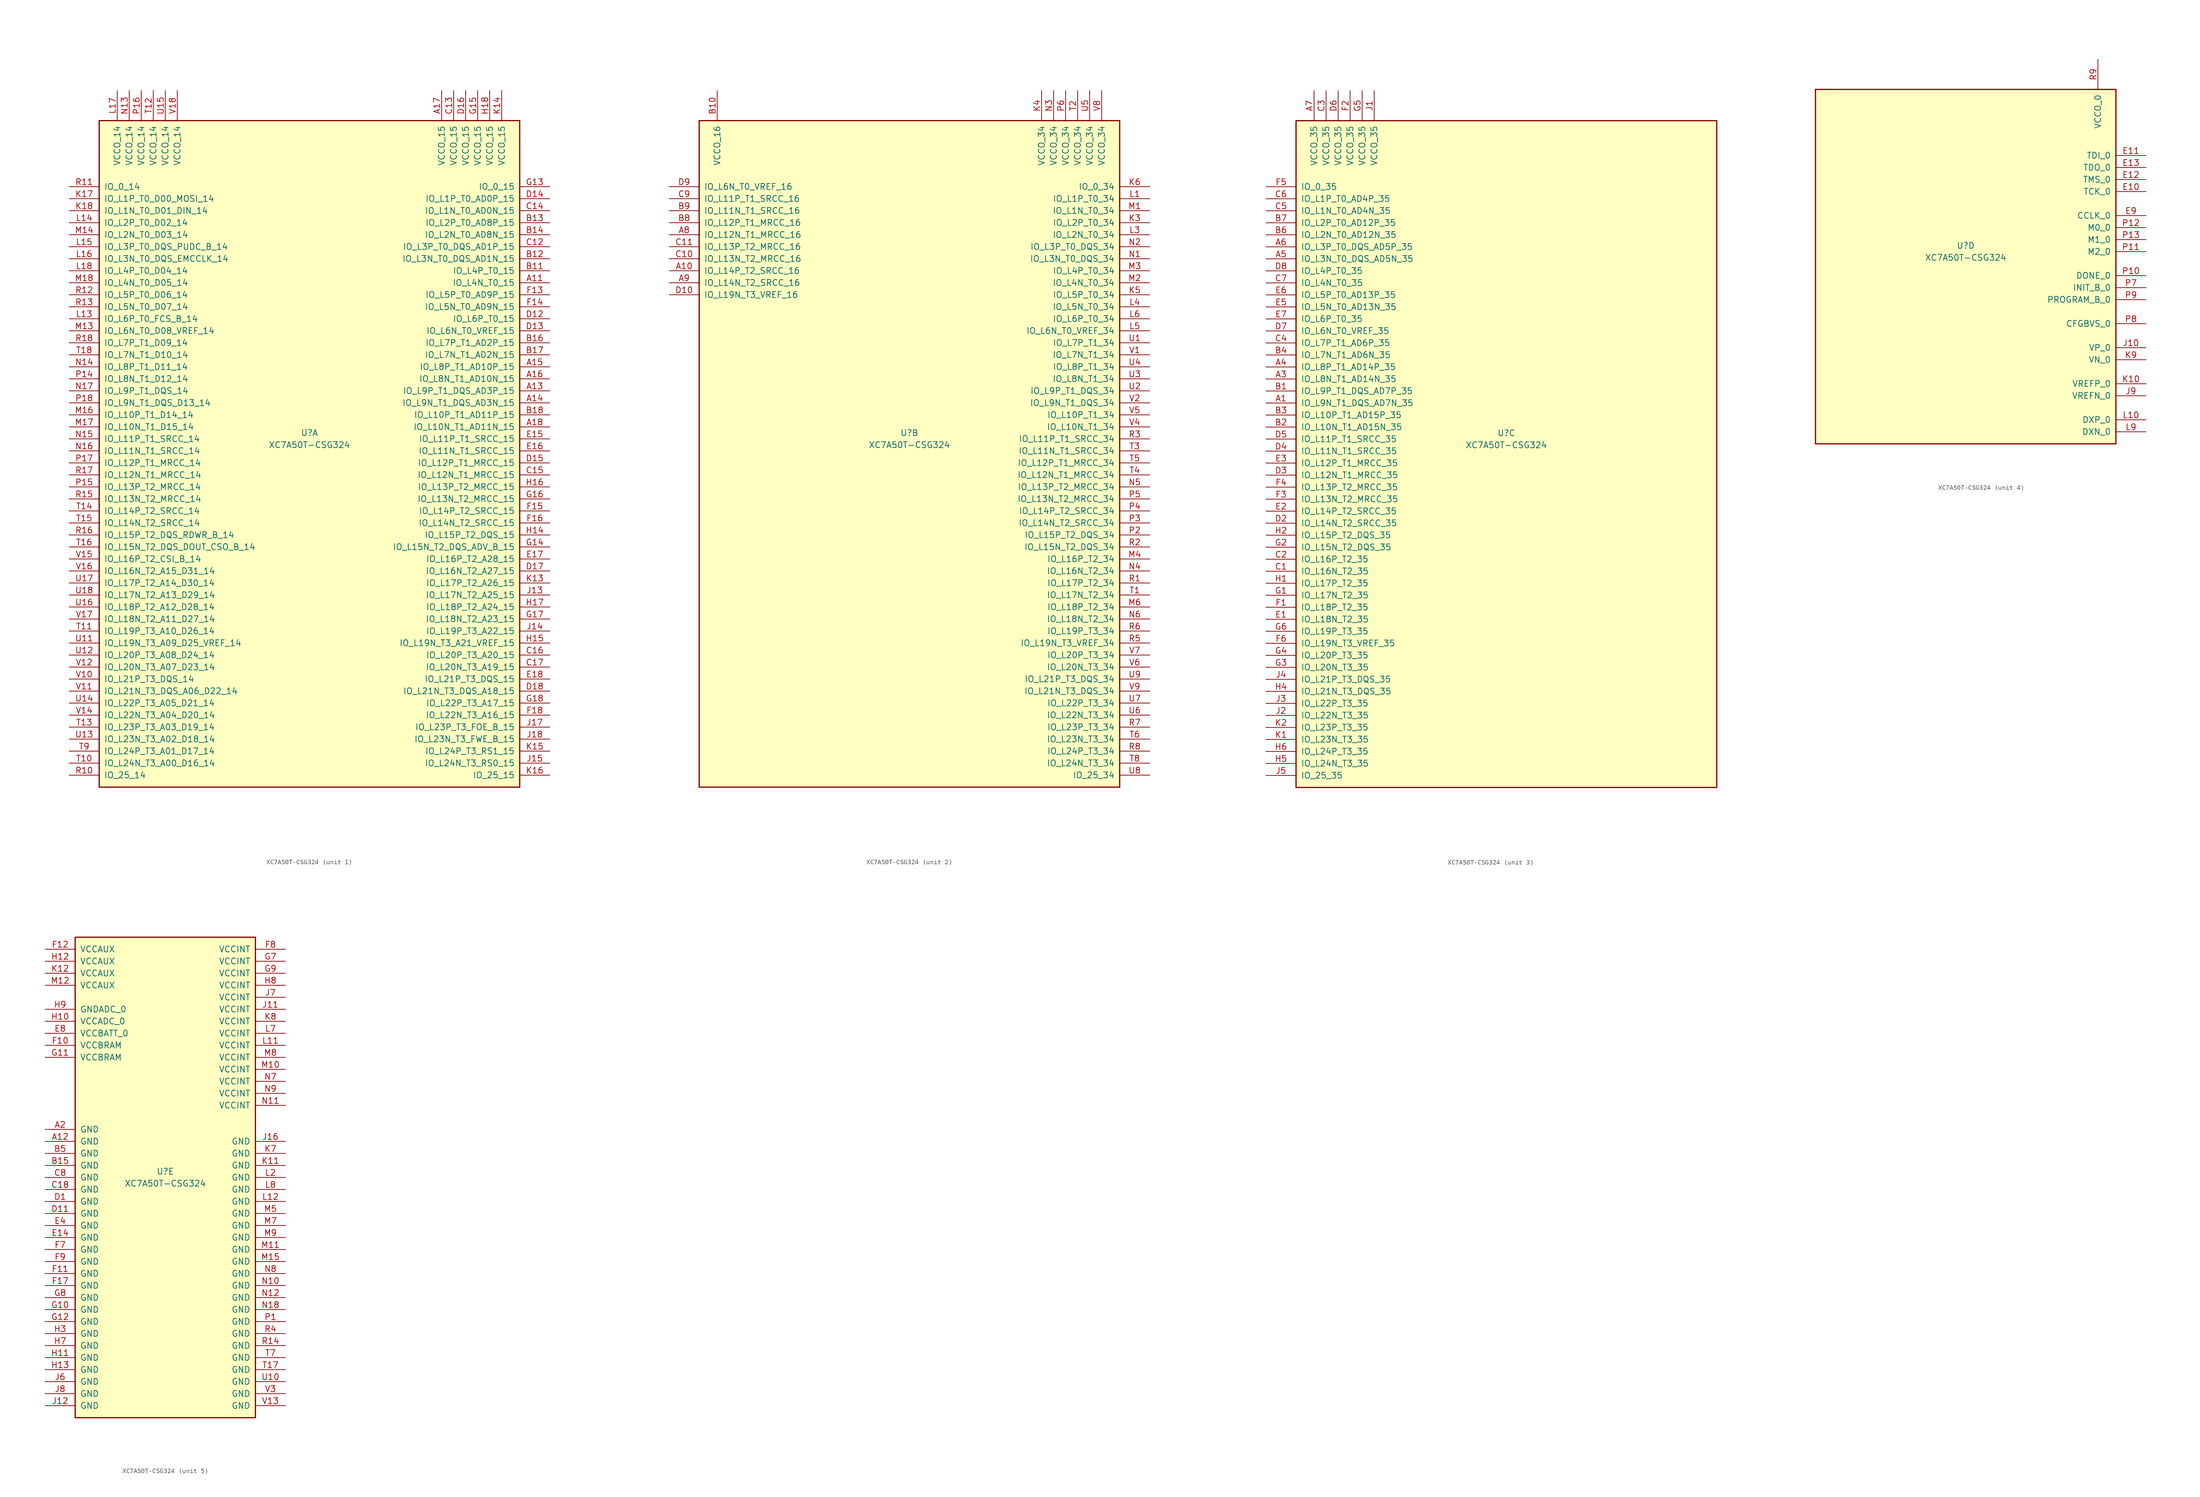
<source format=kicad_sym>
(kicad_symbol_lib
  (version 20241209)
  (generator "kicad_symbol_editor")
  (generator_version "9.0")
  (symbol "XC7A50T-CSG324"
    (pin_names
      (offset 1.016))
    (property "Reference" "U"
      (at 0 1.27 0)
      (effects (font (size 1.27 1.27))))
    (property "Value" "XC7A50T-CSG324"
      (at 0 -1.27 0)
      (effects (font (size 1.27 1.27))))
    (property "Datasheet" ""
      (at 0 0 0)
      (effects (font (size 1.27 1.27))))
    (property "ki_locked" ""
      (at 0 0 0)
      (effects (font (size 1.27 1.27))))
    (symbol "XC7A50T-CSG324_1_1"
      (rectangle (start -44.45 67.31) (end 44.45 -73.66) (stroke (width 0.254) (type default)) (fill (type background)))
      (pin bidirectional line (at -50.8 53.34 0) (length 6.35) (name "IO_0_14" (effects (font (size 1.27 1.27)))) (number "R11" (effects (font (size 1.27 1.27)))))
      (pin bidirectional line (at -50.8 50.8 0) (length 6.35) (name "IO_L1P_T0_D00_MOSI_14" (effects (font (size 1.27 1.27)))) (number "K17" (effects (font (size 1.27 1.27)))))
      (pin bidirectional line (at -50.8 48.26 0) (length 6.35) (name "IO_L1N_T0_D01_DIN_14" (effects (font (size 1.27 1.27)))) (number "K18" (effects (font (size 1.27 1.27)))))
      (pin bidirectional line (at -50.8 45.72 0) (length 6.35) (name "IO_L2P_T0_D02_14" (effects (font (size 1.27 1.27)))) (number "L14" (effects (font (size 1.27 1.27)))))
      (pin bidirectional line (at -50.8 43.18 0) (length 6.35) (name "IO_L2N_T0_D03_14" (effects (font (size 1.27 1.27)))) (number "M14" (effects (font (size 1.27 1.27)))))
      (pin bidirectional line (at -50.8 40.64 0) (length 6.35) (name "IO_L3P_T0_DQS_PUDC_B_14" (effects (font (size 1.27 1.27)))) (number "L15" (effects (font (size 1.27 1.27)))))
      (pin bidirectional line (at -50.8 38.1 0) (length 6.35) (name "IO_L3N_T0_DQS_EMCCLK_14" (effects (font (size 1.27 1.27)))) (number "L16" (effects (font (size 1.27 1.27)))))
      (pin bidirectional line (at -50.8 35.56 0) (length 6.35) (name "IO_L4P_T0_D04_14" (effects (font (size 1.27 1.27)))) (number "L18" (effects (font (size 1.27 1.27)))))
      (pin bidirectional line (at -50.8 33.02 0) (length 6.35) (name "IO_L4N_T0_D05_14" (effects (font (size 1.27 1.27)))) (number "M18" (effects (font (size 1.27 1.27)))))
      (pin bidirectional line (at -50.8 30.48 0) (length 6.35) (name "IO_L5P_T0_D06_14" (effects (font (size 1.27 1.27)))) (number "R12" (effects (font (size 1.27 1.27)))))
      (pin bidirectional line (at -50.8 27.94 0) (length 6.35) (name "IO_L5N_T0_D07_14" (effects (font (size 1.27 1.27)))) (number "R13" (effects (font (size 1.27 1.27)))))
      (pin bidirectional line (at -50.8 25.4 0) (length 6.35) (name "IO_L6P_T0_FCS_B_14" (effects (font (size 1.27 1.27)))) (number "L13" (effects (font (size 1.27 1.27)))))
      (pin bidirectional line (at -50.8 22.86 0) (length 6.35) (name "IO_L6N_T0_D08_VREF_14" (effects (font (size 1.27 1.27)))) (number "M13" (effects (font (size 1.27 1.27)))))
      (pin bidirectional line (at -50.8 20.32 0) (length 6.35) (name "IO_L7P_T1_D09_14" (effects (font (size 1.27 1.27)))) (number "R18" (effects (font (size 1.27 1.27)))))
      (pin bidirectional line (at -50.8 17.78 0) (length 6.35) (name "IO_L7N_T1_D10_14" (effects (font (size 1.27 1.27)))) (number "T18" (effects (font (size 1.27 1.27)))))
      (pin bidirectional line (at -50.8 15.24 0) (length 6.35) (name "IO_L8P_T1_D11_14" (effects (font (size 1.27 1.27)))) (number "N14" (effects (font (size 1.27 1.27)))))
      (pin bidirectional line (at -50.8 12.7 0) (length 6.35) (name "IO_L8N_T1_D12_14" (effects (font (size 1.27 1.27)))) (number "P14" (effects (font (size 1.27 1.27)))))
      (pin bidirectional line (at -50.8 10.16 0) (length 6.35) (name "IO_L9P_T1_DQS_14" (effects (font (size 1.27 1.27)))) (number "N17" (effects (font (size 1.27 1.27)))))
      (pin bidirectional line (at -50.8 7.62 0) (length 6.35) (name "IO_L9N_T1_DQS_D13_14" (effects (font (size 1.27 1.27)))) (number "P18" (effects (font (size 1.27 1.27)))))
      (pin bidirectional line (at -50.8 5.08 0) (length 6.35) (name "IO_L10P_T1_D14_14" (effects (font (size 1.27 1.27)))) (number "M16" (effects (font (size 1.27 1.27)))))
      (pin bidirectional line (at -50.8 2.54 0) (length 6.35) (name "IO_L10N_T1_D15_14" (effects (font (size 1.27 1.27)))) (number "M17" (effects (font (size 1.27 1.27)))))
      (pin bidirectional line (at -50.8 0 0) (length 6.35) (name "IO_L11P_T1_SRCC_14" (effects (font (size 1.27 1.27)))) (number "N15" (effects (font (size 1.27 1.27)))))
      (pin bidirectional line (at -50.8 -2.54 0) (length 6.35) (name "IO_L11N_T1_SRCC_14" (effects (font (size 1.27 1.27)))) (number "N16" (effects (font (size 1.27 1.27)))))
      (pin bidirectional line (at -50.8 -5.08 0) (length 6.35) (name "IO_L12P_T1_MRCC_14" (effects (font (size 1.27 1.27)))) (number "P17" (effects (font (size 1.27 1.27)))))
      (pin bidirectional line (at -50.8 -7.62 0) (length 6.35) (name "IO_L12N_T1_MRCC_14" (effects (font (size 1.27 1.27)))) (number "R17" (effects (font (size 1.27 1.27)))))
      (pin bidirectional line (at -50.8 -10.16 0) (length 6.35) (name "IO_L13P_T2_MRCC_14" (effects (font (size 1.27 1.27)))) (number "P15" (effects (font (size 1.27 1.27)))))
      (pin bidirectional line (at -50.8 -12.7 0) (length 6.35) (name "IO_L13N_T2_MRCC_14" (effects (font (size 1.27 1.27)))) (number "R15" (effects (font (size 1.27 1.27)))))
      (pin bidirectional line (at -50.8 -15.24 0) (length 6.35) (name "IO_L14P_T2_SRCC_14" (effects (font (size 1.27 1.27)))) (number "T14" (effects (font (size 1.27 1.27)))))
      (pin bidirectional line (at -50.8 -17.78 0) (length 6.35) (name "IO_L14N_T2_SRCC_14" (effects (font (size 1.27 1.27)))) (number "T15" (effects (font (size 1.27 1.27)))))
      (pin bidirectional line (at -50.8 -20.32 0) (length 6.35) (name "IO_L15P_T2_DQS_RDWR_B_14" (effects (font (size 1.27 1.27)))) (number "R16" (effects (font (size 1.27 1.27)))))
      (pin bidirectional line (at -50.8 -22.86 0) (length 6.35) (name "IO_L15N_T2_DQS_DOUT_CSO_B_14" (effects (font (size 1.27 1.27)))) (number "T16" (effects (font (size 1.27 1.27)))))
      (pin bidirectional line (at -50.8 -25.4 0) (length 6.35) (name "IO_L16P_T2_CSI_B_14" (effects (font (size 1.27 1.27)))) (number "V15" (effects (font (size 1.27 1.27)))))
      (pin bidirectional line (at -50.8 -27.94 0) (length 6.35) (name "IO_L16N_T2_A15_D31_14" (effects (font (size 1.27 1.27)))) (number "V16" (effects (font (size 1.27 1.27)))))
      (pin bidirectional line (at -50.8 -30.48 0) (length 6.35) (name "IO_L17P_T2_A14_D30_14" (effects (font (size 1.27 1.27)))) (number "U17" (effects (font (size 1.27 1.27)))))
      (pin bidirectional line (at -50.8 -33.02 0) (length 6.35) (name "IO_L17N_T2_A13_D29_14" (effects (font (size 1.27 1.27)))) (number "U18" (effects (font (size 1.27 1.27)))))
      (pin bidirectional line (at -50.8 -35.56 0) (length 6.35) (name "IO_L18P_T2_A12_D28_14" (effects (font (size 1.27 1.27)))) (number "U16" (effects (font (size 1.27 1.27)))))
      (pin bidirectional line (at -50.8 -38.1 0) (length 6.35) (name "IO_L18N_T2_A11_D27_14" (effects (font (size 1.27 1.27)))) (number "V17" (effects (font (size 1.27 1.27)))))
      (pin bidirectional line (at -50.8 -40.64 0) (length 6.35) (name "IO_L19P_T3_A10_D26_14" (effects (font (size 1.27 1.27)))) (number "T11" (effects (font (size 1.27 1.27)))))
      (pin bidirectional line (at -50.8 -43.18 0) (length 6.35) (name "IO_L19N_T3_A09_D25_VREF_14" (effects (font (size 1.27 1.27)))) (number "U11" (effects (font (size 1.27 1.27)))))
      (pin bidirectional line (at -50.8 -45.72 0) (length 6.35) (name "IO_L20P_T3_A08_D24_14" (effects (font (size 1.27 1.27)))) (number "U12" (effects (font (size 1.27 1.27)))))
      (pin bidirectional line (at -50.8 -48.26 0) (length 6.35) (name "IO_L20N_T3_A07_D23_14" (effects (font (size 1.27 1.27)))) (number "V12" (effects (font (size 1.27 1.27)))))
      (pin bidirectional line (at -50.8 -50.8 0) (length 6.35) (name "IO_L21P_T3_DQS_14" (effects (font (size 1.27 1.27)))) (number "V10" (effects (font (size 1.27 1.27)))))
      (pin bidirectional line (at -50.8 -53.34 0) (length 6.35) (name "IO_L21N_T3_DQS_A06_D22_14" (effects (font (size 1.27 1.27)))) (number "V11" (effects (font (size 1.27 1.27)))))
      (pin bidirectional line (at -50.8 -55.88 0) (length 6.35) (name "IO_L22P_T3_A05_D21_14" (effects (font (size 1.27 1.27)))) (number "U14" (effects (font (size 1.27 1.27)))))
      (pin bidirectional line (at -50.8 -58.42 0) (length 6.35) (name "IO_L22N_T3_A04_D20_14" (effects (font (size 1.27 1.27)))) (number "V14" (effects (font (size 1.27 1.27)))))
      (pin bidirectional line (at -50.8 -60.96 0) (length 6.35) (name "IO_L23P_T3_A03_D19_14" (effects (font (size 1.27 1.27)))) (number "T13" (effects (font (size 1.27 1.27)))))
      (pin bidirectional line (at -50.8 -63.5 0) (length 6.35) (name "IO_L23N_T3_A02_D18_14" (effects (font (size 1.27 1.27)))) (number "U13" (effects (font (size 1.27 1.27)))))
      (pin bidirectional line (at -50.8 -66.04 0) (length 6.35) (name "IO_L24P_T3_A01_D17_14" (effects (font (size 1.27 1.27)))) (number "T9" (effects (font (size 1.27 1.27)))))
      (pin bidirectional line (at -50.8 -68.58 0) (length 6.35) (name "IO_L24N_T3_A00_D16_14" (effects (font (size 1.27 1.27)))) (number "T10" (effects (font (size 1.27 1.27)))))
      (pin bidirectional line (at -50.8 -71.12 0) (length 6.35) (name "IO_25_14" (effects (font (size 1.27 1.27)))) (number "R10" (effects (font (size 1.27 1.27)))))
      (pin power_in line (at -40.64 73.66 270) (length 6.35) (name "VCCO_14" (effects (font (size 1.27 1.27)))) (number "L17" (effects (font (size 1.27 1.27)))))
      (pin power_in line (at -38.1 73.66 270) (length 6.35) (name "VCCO_14" (effects (font (size 1.27 1.27)))) (number "N13" (effects (font (size 1.27 1.27)))))
      (pin power_in line (at -35.56 73.66 270) (length 6.35) (name "VCCO_14" (effects (font (size 1.27 1.27)))) (number "P16" (effects (font (size 1.27 1.27)))))
      (pin power_in line (at -33.02 73.66 270) (length 6.35) (name "VCCO_14" (effects (font (size 1.27 1.27)))) (number "T12" (effects (font (size 1.27 1.27)))))
      (pin power_in line (at -30.48 73.66 270) (length 6.35) (name "VCCO_14" (effects (font (size 1.27 1.27)))) (number "U15" (effects (font (size 1.27 1.27)))))
      (pin power_in line (at -27.94 73.66 270) (length 6.35) (name "VCCO_14" (effects (font (size 1.27 1.27)))) (number "V18" (effects (font (size 1.27 1.27)))))
      (pin power_in line (at 27.94 73.66 270) (length 6.35) (name "VCCO_15" (effects (font (size 1.27 1.27)))) (number "A17" (effects (font (size 1.27 1.27)))))
      (pin power_in line (at 30.48 73.66 270) (length 6.35) (name "VCCO_15" (effects (font (size 1.27 1.27)))) (number "C13" (effects (font (size 1.27 1.27)))))
      (pin power_in line (at 33.02 73.66 270) (length 6.35) (name "VCCO_15" (effects (font (size 1.27 1.27)))) (number "D16" (effects (font (size 1.27 1.27)))))
      (pin power_in line (at 35.56 73.66 270) (length 6.35) (name "VCCO_15" (effects (font (size 1.27 1.27)))) (number "G15" (effects (font (size 1.27 1.27)))))
      (pin power_in line (at 38.1 73.66 270) (length 6.35) (name "VCCO_15" (effects (font (size 1.27 1.27)))) (number "H18" (effects (font (size 1.27 1.27)))))
      (pin power_in line (at 40.64 73.66 270) (length 6.35) (name "VCCO_15" (effects (font (size 1.27 1.27)))) (number "K14" (effects (font (size 1.27 1.27)))))
      (pin bidirectional line (at 50.8 53.34 180) (length 6.35) (name "IO_0_15" (effects (font (size 1.27 1.27)))) (number "G13" (effects (font (size 1.27 1.27)))))
      (pin bidirectional line (at 50.8 50.8 180) (length 6.35) (name "IO_L1P_T0_AD0P_15" (effects (font (size 1.27 1.27)))) (number "D14" (effects (font (size 1.27 1.27)))))
      (pin bidirectional line (at 50.8 48.26 180) (length 6.35) (name "IO_L1N_T0_AD0N_15" (effects (font (size 1.27 1.27)))) (number "C14" (effects (font (size 1.27 1.27)))))
      (pin bidirectional line (at 50.8 45.72 180) (length 6.35) (name "IO_L2P_T0_AD8P_15" (effects (font (size 1.27 1.27)))) (number "B13" (effects (font (size 1.27 1.27)))))
      (pin bidirectional line (at 50.8 43.18 180) (length 6.35) (name "IO_L2N_T0_AD8N_15" (effects (font (size 1.27 1.27)))) (number "B14" (effects (font (size 1.27 1.27)))))
      (pin bidirectional line (at 50.8 40.64 180) (length 6.35) (name "IO_L3P_T0_DQS_AD1P_15" (effects (font (size 1.27 1.27)))) (number "C12" (effects (font (size 1.27 1.27)))))
      (pin bidirectional line (at 50.8 38.1 180) (length 6.35) (name "IO_L3N_T0_DQS_AD1N_15" (effects (font (size 1.27 1.27)))) (number "B12" (effects (font (size 1.27 1.27)))))
      (pin bidirectional line (at 50.8 35.56 180) (length 6.35) (name "IO_L4P_T0_15" (effects (font (size 1.27 1.27)))) (number "B11" (effects (font (size 1.27 1.27)))))
      (pin bidirectional line (at 50.8 33.02 180) (length 6.35) (name "IO_L4N_T0_15" (effects (font (size 1.27 1.27)))) (number "A11" (effects (font (size 1.27 1.27)))))
      (pin bidirectional line (at 50.8 30.48 180) (length 6.35) (name "IO_L5P_T0_AD9P_15" (effects (font (size 1.27 1.27)))) (number "F13" (effects (font (size 1.27 1.27)))))
      (pin bidirectional line (at 50.8 27.94 180) (length 6.35) (name "IO_L5N_T0_AD9N_15" (effects (font (size 1.27 1.27)))) (number "F14" (effects (font (size 1.27 1.27)))))
      (pin bidirectional line (at 50.8 25.4 180) (length 6.35) (name "IO_L6P_T0_15" (effects (font (size 1.27 1.27)))) (number "D12" (effects (font (size 1.27 1.27)))))
      (pin bidirectional line (at 50.8 22.86 180) (length 6.35) (name "IO_L6N_T0_VREF_15" (effects (font (size 1.27 1.27)))) (number "D13" (effects (font (size 1.27 1.27)))))
      (pin bidirectional line (at 50.8 20.32 180) (length 6.35) (name "IO_L7P_T1_AD2P_15" (effects (font (size 1.27 1.27)))) (number "B16" (effects (font (size 1.27 1.27)))))
      (pin bidirectional line (at 50.8 17.78 180) (length 6.35) (name "IO_L7N_T1_AD2N_15" (effects (font (size 1.27 1.27)))) (number "B17" (effects (font (size 1.27 1.27)))))
      (pin bidirectional line (at 50.8 15.24 180) (length 6.35) (name "IO_L8P_T1_AD10P_15" (effects (font (size 1.27 1.27)))) (number "A15" (effects (font (size 1.27 1.27)))))
      (pin bidirectional line (at 50.8 12.7 180) (length 6.35) (name "IO_L8N_T1_AD10N_15" (effects (font (size 1.27 1.27)))) (number "A16" (effects (font (size 1.27 1.27)))))
      (pin bidirectional line (at 50.8 10.16 180) (length 6.35) (name "IO_L9P_T1_DQS_AD3P_15" (effects (font (size 1.27 1.27)))) (number "A13" (effects (font (size 1.27 1.27)))))
      (pin bidirectional line (at 50.8 7.62 180) (length 6.35) (name "IO_L9N_T1_DQS_AD3N_15" (effects (font (size 1.27 1.27)))) (number "A14" (effects (font (size 1.27 1.27)))))
      (pin bidirectional line (at 50.8 5.08 180) (length 6.35) (name "IO_L10P_T1_AD11P_15" (effects (font (size 1.27 1.27)))) (number "B18" (effects (font (size 1.27 1.27)))))
      (pin bidirectional line (at 50.8 2.54 180) (length 6.35) (name "IO_L10N_T1_AD11N_15" (effects (font (size 1.27 1.27)))) (number "A18" (effects (font (size 1.27 1.27)))))
      (pin bidirectional line (at 50.8 0 180) (length 6.35) (name "IO_L11P_T1_SRCC_15" (effects (font (size 1.27 1.27)))) (number "E15" (effects (font (size 1.27 1.27)))))
      (pin bidirectional line (at 50.8 -2.54 180) (length 6.35) (name "IO_L11N_T1_SRCC_15" (effects (font (size 1.27 1.27)))) (number "E16" (effects (font (size 1.27 1.27)))))
      (pin bidirectional line (at 50.8 -5.08 180) (length 6.35) (name "IO_L12P_T1_MRCC_15" (effects (font (size 1.27 1.27)))) (number "D15" (effects (font (size 1.27 1.27)))))
      (pin bidirectional line (at 50.8 -7.62 180) (length 6.35) (name "IO_L12N_T1_MRCC_15" (effects (font (size 1.27 1.27)))) (number "C15" (effects (font (size 1.27 1.27)))))
      (pin bidirectional line (at 50.8 -10.16 180) (length 6.35) (name "IO_L13P_T2_MRCC_15" (effects (font (size 1.27 1.27)))) (number "H16" (effects (font (size 1.27 1.27)))))
      (pin bidirectional line (at 50.8 -12.7 180) (length 6.35) (name "IO_L13N_T2_MRCC_15" (effects (font (size 1.27 1.27)))) (number "G16" (effects (font (size 1.27 1.27)))))
      (pin bidirectional line (at 50.8 -15.24 180) (length 6.35) (name "IO_L14P_T2_SRCC_15" (effects (font (size 1.27 1.27)))) (number "F15" (effects (font (size 1.27 1.27)))))
      (pin bidirectional line (at 50.8 -17.78 180) (length 6.35) (name "IO_L14N_T2_SRCC_15" (effects (font (size 1.27 1.27)))) (number "F16" (effects (font (size 1.27 1.27)))))
      (pin bidirectional line (at 50.8 -20.32 180) (length 6.35) (name "IO_L15P_T2_DQS_15" (effects (font (size 1.27 1.27)))) (number "H14" (effects (font (size 1.27 1.27)))))
      (pin bidirectional line (at 50.8 -22.86 180) (length 6.35) (name "IO_L15N_T2_DQS_ADV_B_15" (effects (font (size 1.27 1.27)))) (number "G14" (effects (font (size 1.27 1.27)))))
      (pin bidirectional line (at 50.8 -25.4 180) (length 6.35) (name "IO_L16P_T2_A28_15" (effects (font (size 1.27 1.27)))) (number "E17" (effects (font (size 1.27 1.27)))))
      (pin bidirectional line (at 50.8 -27.94 180) (length 6.35) (name "IO_L16N_T2_A27_15" (effects (font (size 1.27 1.27)))) (number "D17" (effects (font (size 1.27 1.27)))))
      (pin bidirectional line (at 50.8 -30.48 180) (length 6.35) (name "IO_L17P_T2_A26_15" (effects (font (size 1.27 1.27)))) (number "K13" (effects (font (size 1.27 1.27)))))
      (pin bidirectional line (at 50.8 -33.02 180) (length 6.35) (name "IO_L17N_T2_A25_15" (effects (font (size 1.27 1.27)))) (number "J13" (effects (font (size 1.27 1.27)))))
      (pin bidirectional line (at 50.8 -35.56 180) (length 6.35) (name "IO_L18P_T2_A24_15" (effects (font (size 1.27 1.27)))) (number "H17" (effects (font (size 1.27 1.27)))))
      (pin bidirectional line (at 50.8 -38.1 180) (length 6.35) (name "IO_L18N_T2_A23_15" (effects (font (size 1.27 1.27)))) (number "G17" (effects (font (size 1.27 1.27)))))
      (pin bidirectional line (at 50.8 -40.64 180) (length 6.35) (name "IO_L19P_T3_A22_15" (effects (font (size 1.27 1.27)))) (number "J14" (effects (font (size 1.27 1.27)))))
      (pin bidirectional line (at 50.8 -43.18 180) (length 6.35) (name "IO_L19N_T3_A21_VREF_15" (effects (font (size 1.27 1.27)))) (number "H15" (effects (font (size 1.27 1.27)))))
      (pin bidirectional line (at 50.8 -45.72 180) (length 6.35) (name "IO_L20P_T3_A20_15" (effects (font (size 1.27 1.27)))) (number "C16" (effects (font (size 1.27 1.27)))))
      (pin bidirectional line (at 50.8 -48.26 180) (length 6.35) (name "IO_L20N_T3_A19_15" (effects (font (size 1.27 1.27)))) (number "C17" (effects (font (size 1.27 1.27)))))
      (pin bidirectional line (at 50.8 -50.8 180) (length 6.35) (name "IO_L21P_T3_DQS_15" (effects (font (size 1.27 1.27)))) (number "E18" (effects (font (size 1.27 1.27)))))
      (pin bidirectional line (at 50.8 -53.34 180) (length 6.35) (name "IO_L21N_T3_DQS_A18_15" (effects (font (size 1.27 1.27)))) (number "D18" (effects (font (size 1.27 1.27)))))
      (pin bidirectional line (at 50.8 -55.88 180) (length 6.35) (name "IO_L22P_T3_A17_15" (effects (font (size 1.27 1.27)))) (number "G18" (effects (font (size 1.27 1.27)))))
      (pin bidirectional line (at 50.8 -58.42 180) (length 6.35) (name "IO_L22N_T3_A16_15" (effects (font (size 1.27 1.27)))) (number "F18" (effects (font (size 1.27 1.27)))))
      (pin bidirectional line (at 50.8 -60.96 180) (length 6.35) (name "IO_L23P_T3_FOE_B_15" (effects (font (size 1.27 1.27)))) (number "J17" (effects (font (size 1.27 1.27)))))
      (pin bidirectional line (at 50.8 -63.5 180) (length 6.35) (name "IO_L23N_T3_FWE_B_15" (effects (font (size 1.27 1.27)))) (number "J18" (effects (font (size 1.27 1.27)))))
      (pin bidirectional line (at 50.8 -66.04 180) (length 6.35) (name "IO_L24P_T3_RS1_15" (effects (font (size 1.27 1.27)))) (number "K15" (effects (font (size 1.27 1.27)))))
      (pin bidirectional line (at 50.8 -68.58 180) (length 6.35) (name "IO_L24N_T3_RS0_15" (effects (font (size 1.27 1.27)))) (number "J15" (effects (font (size 1.27 1.27)))))
      (pin bidirectional line (at 50.8 -71.12 180) (length 6.35) (name "IO_25_15" (effects (font (size 1.27 1.27)))) (number "K16" (effects (font (size 1.27 1.27))))))
    (symbol "XC7A50T-CSG324_2_1"
      (rectangle (start -44.45 67.31) (end 44.45 -73.66) (stroke (width 0.254) (type default)) (fill (type background)))
      (pin bidirectional line (at -50.8 53.34 0) (length 6.35) (name "IO_L6N_T0_VREF_16" (effects (font (size 1.27 1.27)))) (number "D9" (effects (font (size 1.27 1.27)))))
      (pin bidirectional line (at -50.8 50.8 0) (length 6.35) (name "IO_L11P_T1_SRCC_16" (effects (font (size 1.27 1.27)))) (number "C9" (effects (font (size 1.27 1.27)))))
      (pin bidirectional line (at -50.8 48.26 0) (length 6.35) (name "IO_L11N_T1_SRCC_16" (effects (font (size 1.27 1.27)))) (number "B9" (effects (font (size 1.27 1.27)))))
      (pin bidirectional line (at -50.8 45.72 0) (length 6.35) (name "IO_L12P_T1_MRCC_16" (effects (font (size 1.27 1.27)))) (number "B8" (effects (font (size 1.27 1.27)))))
      (pin bidirectional line (at -50.8 43.18 0) (length 6.35) (name "IO_L12N_T1_MRCC_16" (effects (font (size 1.27 1.27)))) (number "A8" (effects (font (size 1.27 1.27)))))
      (pin bidirectional line (at -50.8 40.64 0) (length 6.35) (name "IO_L13P_T2_MRCC_16" (effects (font (size 1.27 1.27)))) (number "C11" (effects (font (size 1.27 1.27)))))
      (pin bidirectional line (at -50.8 38.1 0) (length 6.35) (name "IO_L13N_T2_MRCC_16" (effects (font (size 1.27 1.27)))) (number "C10" (effects (font (size 1.27 1.27)))))
      (pin bidirectional line (at -50.8 35.56 0) (length 6.35) (name "IO_L14P_T2_SRCC_16" (effects (font (size 1.27 1.27)))) (number "A10" (effects (font (size 1.27 1.27)))))
      (pin bidirectional line (at -50.8 33.02 0) (length 6.35) (name "IO_L14N_T2_SRCC_16" (effects (font (size 1.27 1.27)))) (number "A9" (effects (font (size 1.27 1.27)))))
      (pin bidirectional line (at -50.8 30.48 0) (length 6.35) (name "IO_L19N_T3_VREF_16" (effects (font (size 1.27 1.27)))) (number "D10" (effects (font (size 1.27 1.27)))))
      (pin power_in line (at -40.64 73.66 270) (length 6.35) (name "VCCO_16" (effects (font (size 1.27 1.27)))) (number "B10" (effects (font (size 1.27 1.27)))))
      (pin power_in line (at 27.94 73.66 270) (length 6.35) (name "VCCO_34" (effects (font (size 1.27 1.27)))) (number "K4" (effects (font (size 1.27 1.27)))))
      (pin power_in line (at 30.48 73.66 270) (length 6.35) (name "VCCO_34" (effects (font (size 1.27 1.27)))) (number "N3" (effects (font (size 1.27 1.27)))))
      (pin power_in line (at 33.02 73.66 270) (length 6.35) (name "VCCO_34" (effects (font (size 1.27 1.27)))) (number "P6" (effects (font (size 1.27 1.27)))))
      (pin power_in line (at 35.56 73.66 270) (length 6.35) (name "VCCO_34" (effects (font (size 1.27 1.27)))) (number "T2" (effects (font (size 1.27 1.27)))))
      (pin power_in line (at 38.1 73.66 270) (length 6.35) (name "VCCO_34" (effects (font (size 1.27 1.27)))) (number "U5" (effects (font (size 1.27 1.27)))))
      (pin power_in line (at 40.64 73.66 270) (length 6.35) (name "VCCO_34" (effects (font (size 1.27 1.27)))) (number "V8" (effects (font (size 1.27 1.27)))))
      (pin bidirectional line (at 50.8 53.34 180) (length 6.35) (name "IO_0_34" (effects (font (size 1.27 1.27)))) (number "K6" (effects (font (size 1.27 1.27)))))
      (pin bidirectional line (at 50.8 50.8 180) (length 6.35) (name "IO_L1P_T0_34" (effects (font (size 1.27 1.27)))) (number "L1" (effects (font (size 1.27 1.27)))))
      (pin bidirectional line (at 50.8 48.26 180) (length 6.35) (name "IO_L1N_T0_34" (effects (font (size 1.27 1.27)))) (number "M1" (effects (font (size 1.27 1.27)))))
      (pin bidirectional line (at 50.8 45.72 180) (length 6.35) (name "IO_L2P_T0_34" (effects (font (size 1.27 1.27)))) (number "K3" (effects (font (size 1.27 1.27)))))
      (pin bidirectional line (at 50.8 43.18 180) (length 6.35) (name "IO_L2N_T0_34" (effects (font (size 1.27 1.27)))) (number "L3" (effects (font (size 1.27 1.27)))))
      (pin bidirectional line (at 50.8 40.64 180) (length 6.35) (name "IO_L3P_T0_DQS_34" (effects (font (size 1.27 1.27)))) (number "N2" (effects (font (size 1.27 1.27)))))
      (pin bidirectional line (at 50.8 38.1 180) (length 6.35) (name "IO_L3N_T0_DQS_34" (effects (font (size 1.27 1.27)))) (number "N1" (effects (font (size 1.27 1.27)))))
      (pin bidirectional line (at 50.8 35.56 180) (length 6.35) (name "IO_L4P_T0_34" (effects (font (size 1.27 1.27)))) (number "M3" (effects (font (size 1.27 1.27)))))
      (pin bidirectional line (at 50.8 33.02 180) (length 6.35) (name "IO_L4N_T0_34" (effects (font (size 1.27 1.27)))) (number "M2" (effects (font (size 1.27 1.27)))))
      (pin bidirectional line (at 50.8 30.48 180) (length 6.35) (name "IO_L5P_T0_34" (effects (font (size 1.27 1.27)))) (number "K5" (effects (font (size 1.27 1.27)))))
      (pin bidirectional line (at 50.8 27.94 180) (length 6.35) (name "IO_L5N_T0_34" (effects (font (size 1.27 1.27)))) (number "L4" (effects (font (size 1.27 1.27)))))
      (pin bidirectional line (at 50.8 25.4 180) (length 6.35) (name "IO_L6P_T0_34" (effects (font (size 1.27 1.27)))) (number "L6" (effects (font (size 1.27 1.27)))))
      (pin bidirectional line (at 50.8 22.86 180) (length 6.35) (name "IO_L6N_T0_VREF_34" (effects (font (size 1.27 1.27)))) (number "L5" (effects (font (size 1.27 1.27)))))
      (pin bidirectional line (at 50.8 20.32 180) (length 6.35) (name "IO_L7P_T1_34" (effects (font (size 1.27 1.27)))) (number "U1" (effects (font (size 1.27 1.27)))))
      (pin bidirectional line (at 50.8 17.78 180) (length 6.35) (name "IO_L7N_T1_34" (effects (font (size 1.27 1.27)))) (number "V1" (effects (font (size 1.27 1.27)))))
      (pin bidirectional line (at 50.8 15.24 180) (length 6.35) (name "IO_L8P_T1_34" (effects (font (size 1.27 1.27)))) (number "U4" (effects (font (size 1.27 1.27)))))
      (pin bidirectional line (at 50.8 12.7 180) (length 6.35) (name "IO_L8N_T1_34" (effects (font (size 1.27 1.27)))) (number "U3" (effects (font (size 1.27 1.27)))))
      (pin bidirectional line (at 50.8 10.16 180) (length 6.35) (name "IO_L9P_T1_DQS_34" (effects (font (size 1.27 1.27)))) (number "U2" (effects (font (size 1.27 1.27)))))
      (pin bidirectional line (at 50.8 7.62 180) (length 6.35) (name "IO_L9N_T1_DQS_34" (effects (font (size 1.27 1.27)))) (number "V2" (effects (font (size 1.27 1.27)))))
      (pin bidirectional line (at 50.8 5.08 180) (length 6.35) (name "IO_L10P_T1_34" (effects (font (size 1.27 1.27)))) (number "V5" (effects (font (size 1.27 1.27)))))
      (pin bidirectional line (at 50.8 2.54 180) (length 6.35) (name "IO_L10N_T1_34" (effects (font (size 1.27 1.27)))) (number "V4" (effects (font (size 1.27 1.27)))))
      (pin bidirectional line (at 50.8 0 180) (length 6.35) (name "IO_L11P_T1_SRCC_34" (effects (font (size 1.27 1.27)))) (number "R3" (effects (font (size 1.27 1.27)))))
      (pin bidirectional line (at 50.8 -2.54 180) (length 6.35) (name "IO_L11N_T1_SRCC_34" (effects (font (size 1.27 1.27)))) (number "T3" (effects (font (size 1.27 1.27)))))
      (pin bidirectional line (at 50.8 -5.08 180) (length 6.35) (name "IO_L12P_T1_MRCC_34" (effects (font (size 1.27 1.27)))) (number "T5" (effects (font (size 1.27 1.27)))))
      (pin bidirectional line (at 50.8 -7.62 180) (length 6.35) (name "IO_L12N_T1_MRCC_34" (effects (font (size 1.27 1.27)))) (number "T4" (effects (font (size 1.27 1.27)))))
      (pin bidirectional line (at 50.8 -10.16 180) (length 6.35) (name "IO_L13P_T2_MRCC_34" (effects (font (size 1.27 1.27)))) (number "N5" (effects (font (size 1.27 1.27)))))
      (pin bidirectional line (at 50.8 -12.7 180) (length 6.35) (name "IO_L13N_T2_MRCC_34" (effects (font (size 1.27 1.27)))) (number "P5" (effects (font (size 1.27 1.27)))))
      (pin bidirectional line (at 50.8 -15.24 180) (length 6.35) (name "IO_L14P_T2_SRCC_34" (effects (font (size 1.27 1.27)))) (number "P4" (effects (font (size 1.27 1.27)))))
      (pin bidirectional line (at 50.8 -17.78 180) (length 6.35) (name "IO_L14N_T2_SRCC_34" (effects (font (size 1.27 1.27)))) (number "P3" (effects (font (size 1.27 1.27)))))
      (pin bidirectional line (at 50.8 -20.32 180) (length 6.35) (name "IO_L15P_T2_DQS_34" (effects (font (size 1.27 1.27)))) (number "P2" (effects (font (size 1.27 1.27)))))
      (pin bidirectional line (at 50.8 -22.86 180) (length 6.35) (name "IO_L15N_T2_DQS_34" (effects (font (size 1.27 1.27)))) (number "R2" (effects (font (size 1.27 1.27)))))
      (pin bidirectional line (at 50.8 -25.4 180) (length 6.35) (name "IO_L16P_T2_34" (effects (font (size 1.27 1.27)))) (number "M4" (effects (font (size 1.27 1.27)))))
      (pin bidirectional line (at 50.8 -27.94 180) (length 6.35) (name "IO_L16N_T2_34" (effects (font (size 1.27 1.27)))) (number "N4" (effects (font (size 1.27 1.27)))))
      (pin bidirectional line (at 50.8 -30.48 180) (length 6.35) (name "IO_L17P_T2_34" (effects (font (size 1.27 1.27)))) (number "R1" (effects (font (size 1.27 1.27)))))
      (pin bidirectional line (at 50.8 -33.02 180) (length 6.35) (name "IO_L17N_T2_34" (effects (font (size 1.27 1.27)))) (number "T1" (effects (font (size 1.27 1.27)))))
      (pin bidirectional line (at 50.8 -35.56 180) (length 6.35) (name "IO_L18P_T2_34" (effects (font (size 1.27 1.27)))) (number "M6" (effects (font (size 1.27 1.27)))))
      (pin bidirectional line (at 50.8 -38.1 180) (length 6.35) (name "IO_L18N_T2_34" (effects (font (size 1.27 1.27)))) (number "N6" (effects (font (size 1.27 1.27)))))
      (pin bidirectional line (at 50.8 -40.64 180) (length 6.35) (name "IO_L19P_T3_34" (effects (font (size 1.27 1.27)))) (number "R6" (effects (font (size 1.27 1.27)))))
      (pin bidirectional line (at 50.8 -43.18 180) (length 6.35) (name "IO_L19N_T3_VREF_34" (effects (font (size 1.27 1.27)))) (number "R5" (effects (font (size 1.27 1.27)))))
      (pin bidirectional line (at 50.8 -45.72 180) (length 6.35) (name "IO_L20P_T3_34" (effects (font (size 1.27 1.27)))) (number "V7" (effects (font (size 1.27 1.27)))))
      (pin bidirectional line (at 50.8 -48.26 180) (length 6.35) (name "IO_L20N_T3_34" (effects (font (size 1.27 1.27)))) (number "V6" (effects (font (size 1.27 1.27)))))
      (pin bidirectional line (at 50.8 -50.8 180) (length 6.35) (name "IO_L21P_T3_DQS_34" (effects (font (size 1.27 1.27)))) (number "U9" (effects (font (size 1.27 1.27)))))
      (pin bidirectional line (at 50.8 -53.34 180) (length 6.35) (name "IO_L21N_T3_DQS_34" (effects (font (size 1.27 1.27)))) (number "V9" (effects (font (size 1.27 1.27)))))
      (pin bidirectional line (at 50.8 -55.88 180) (length 6.35) (name "IO_L22P_T3_34" (effects (font (size 1.27 1.27)))) (number "U7" (effects (font (size 1.27 1.27)))))
      (pin bidirectional line (at 50.8 -58.42 180) (length 6.35) (name "IO_L22N_T3_34" (effects (font (size 1.27 1.27)))) (number "U6" (effects (font (size 1.27 1.27)))))
      (pin bidirectional line (at 50.8 -60.96 180) (length 6.35) (name "IO_L23P_T3_34" (effects (font (size 1.27 1.27)))) (number "R7" (effects (font (size 1.27 1.27)))))
      (pin bidirectional line (at 50.8 -63.5 180) (length 6.35) (name "IO_L23N_T3_34" (effects (font (size 1.27 1.27)))) (number "T6" (effects (font (size 1.27 1.27)))))
      (pin bidirectional line (at 50.8 -66.04 180) (length 6.35) (name "IO_L24P_T3_34" (effects (font (size 1.27 1.27)))) (number "R8" (effects (font (size 1.27 1.27)))))
      (pin bidirectional line (at 50.8 -68.58 180) (length 6.35) (name "IO_L24N_T3_34" (effects (font (size 1.27 1.27)))) (number "T8" (effects (font (size 1.27 1.27)))))
      (pin bidirectional line (at 50.8 -71.12 180) (length 6.35) (name "IO_25_34" (effects (font (size 1.27 1.27)))) (number "U8" (effects (font (size 1.27 1.27))))))
    (symbol "XC7A50T-CSG324_3_1"
      (rectangle (start -44.45 67.31) (end 44.45 -73.66) (stroke (width 0.254) (type default)) (fill (type background)))
      (pin bidirectional line (at -50.8 53.34 0) (length 6.35) (name "IO_0_35" (effects (font (size 1.27 1.27)))) (number "F5" (effects (font (size 1.27 1.27)))))
      (pin bidirectional line (at -50.8 50.8 0) (length 6.35) (name "IO_L1P_T0_AD4P_35" (effects (font (size 1.27 1.27)))) (number "C6" (effects (font (size 1.27 1.27)))))
      (pin bidirectional line (at -50.8 48.26 0) (length 6.35) (name "IO_L1N_T0_AD4N_35" (effects (font (size 1.27 1.27)))) (number "C5" (effects (font (size 1.27 1.27)))))
      (pin bidirectional line (at -50.8 45.72 0) (length 6.35) (name "IO_L2P_T0_AD12P_35" (effects (font (size 1.27 1.27)))) (number "B7" (effects (font (size 1.27 1.27)))))
      (pin bidirectional line (at -50.8 43.18 0) (length 6.35) (name "IO_L2N_T0_AD12N_35" (effects (font (size 1.27 1.27)))) (number "B6" (effects (font (size 1.27 1.27)))))
      (pin bidirectional line (at -50.8 40.64 0) (length 6.35) (name "IO_L3P_T0_DQS_AD5P_35" (effects (font (size 1.27 1.27)))) (number "A6" (effects (font (size 1.27 1.27)))))
      (pin bidirectional line (at -50.8 38.1 0) (length 6.35) (name "IO_L3N_T0_DQS_AD5N_35" (effects (font (size 1.27 1.27)))) (number "A5" (effects (font (size 1.27 1.27)))))
      (pin bidirectional line (at -50.8 35.56 0) (length 6.35) (name "IO_L4P_T0_35" (effects (font (size 1.27 1.27)))) (number "D8" (effects (font (size 1.27 1.27)))))
      (pin bidirectional line (at -50.8 33.02 0) (length 6.35) (name "IO_L4N_T0_35" (effects (font (size 1.27 1.27)))) (number "C7" (effects (font (size 1.27 1.27)))))
      (pin bidirectional line (at -50.8 30.48 0) (length 6.35) (name "IO_L5P_T0_AD13P_35" (effects (font (size 1.27 1.27)))) (number "E6" (effects (font (size 1.27 1.27)))))
      (pin bidirectional line (at -50.8 27.94 0) (length 6.35) (name "IO_L5N_T0_AD13N_35" (effects (font (size 1.27 1.27)))) (number "E5" (effects (font (size 1.27 1.27)))))
      (pin bidirectional line (at -50.8 25.4 0) (length 6.35) (name "IO_L6P_T0_35" (effects (font (size 1.27 1.27)))) (number "E7" (effects (font (size 1.27 1.27)))))
      (pin bidirectional line (at -50.8 22.86 0) (length 6.35) (name "IO_L6N_T0_VREF_35" (effects (font (size 1.27 1.27)))) (number "D7" (effects (font (size 1.27 1.27)))))
      (pin bidirectional line (at -50.8 20.32 0) (length 6.35) (name "IO_L7P_T1_AD6P_35" (effects (font (size 1.27 1.27)))) (number "C4" (effects (font (size 1.27 1.27)))))
      (pin bidirectional line (at -50.8 17.78 0) (length 6.35) (name "IO_L7N_T1_AD6N_35" (effects (font (size 1.27 1.27)))) (number "B4" (effects (font (size 1.27 1.27)))))
      (pin bidirectional line (at -50.8 15.24 0) (length 6.35) (name "IO_L8P_T1_AD14P_35" (effects (font (size 1.27 1.27)))) (number "A4" (effects (font (size 1.27 1.27)))))
      (pin bidirectional line (at -50.8 12.7 0) (length 6.35) (name "IO_L8N_T1_AD14N_35" (effects (font (size 1.27 1.27)))) (number "A3" (effects (font (size 1.27 1.27)))))
      (pin bidirectional line (at -50.8 10.16 0) (length 6.35) (name "IO_L9P_T1_DQS_AD7P_35" (effects (font (size 1.27 1.27)))) (number "B1" (effects (font (size 1.27 1.27)))))
      (pin bidirectional line (at -50.8 7.62 0) (length 6.35) (name "IO_L9N_T1_DQS_AD7N_35" (effects (font (size 1.27 1.27)))) (number "A1" (effects (font (size 1.27 1.27)))))
      (pin bidirectional line (at -50.8 5.08 0) (length 6.35) (name "IO_L10P_T1_AD15P_35" (effects (font (size 1.27 1.27)))) (number "B3" (effects (font (size 1.27 1.27)))))
      (pin bidirectional line (at -50.8 2.54 0) (length 6.35) (name "IO_L10N_T1_AD15N_35" (effects (font (size 1.27 1.27)))) (number "B2" (effects (font (size 1.27 1.27)))))
      (pin bidirectional line (at -50.8 0 0) (length 6.35) (name "IO_L11P_T1_SRCC_35" (effects (font (size 1.27 1.27)))) (number "D5" (effects (font (size 1.27 1.27)))))
      (pin bidirectional line (at -50.8 -2.54 0) (length 6.35) (name "IO_L11N_T1_SRCC_35" (effects (font (size 1.27 1.27)))) (number "D4" (effects (font (size 1.27 1.27)))))
      (pin bidirectional line (at -50.8 -5.08 0) (length 6.35) (name "IO_L12P_T1_MRCC_35" (effects (font (size 1.27 1.27)))) (number "E3" (effects (font (size 1.27 1.27)))))
      (pin bidirectional line (at -50.8 -7.62 0) (length 6.35) (name "IO_L12N_T1_MRCC_35" (effects (font (size 1.27 1.27)))) (number "D3" (effects (font (size 1.27 1.27)))))
      (pin bidirectional line (at -50.8 -10.16 0) (length 6.35) (name "IO_L13P_T2_MRCC_35" (effects (font (size 1.27 1.27)))) (number "F4" (effects (font (size 1.27 1.27)))))
      (pin bidirectional line (at -50.8 -12.7 0) (length 6.35) (name "IO_L13N_T2_MRCC_35" (effects (font (size 1.27 1.27)))) (number "F3" (effects (font (size 1.27 1.27)))))
      (pin bidirectional line (at -50.8 -15.24 0) (length 6.35) (name "IO_L14P_T2_SRCC_35" (effects (font (size 1.27 1.27)))) (number "E2" (effects (font (size 1.27 1.27)))))
      (pin bidirectional line (at -50.8 -17.78 0) (length 6.35) (name "IO_L14N_T2_SRCC_35" (effects (font (size 1.27 1.27)))) (number "D2" (effects (font (size 1.27 1.27)))))
      (pin bidirectional line (at -50.8 -20.32 0) (length 6.35) (name "IO_L15P_T2_DQS_35" (effects (font (size 1.27 1.27)))) (number "H2" (effects (font (size 1.27 1.27)))))
      (pin bidirectional line (at -50.8 -22.86 0) (length 6.35) (name "IO_L15N_T2_DQS_35" (effects (font (size 1.27 1.27)))) (number "G2" (effects (font (size 1.27 1.27)))))
      (pin bidirectional line (at -50.8 -25.4 0) (length 6.35) (name "IO_L16P_T2_35" (effects (font (size 1.27 1.27)))) (number "C2" (effects (font (size 1.27 1.27)))))
      (pin bidirectional line (at -50.8 -27.94 0) (length 6.35) (name "IO_L16N_T2_35" (effects (font (size 1.27 1.27)))) (number "C1" (effects (font (size 1.27 1.27)))))
      (pin bidirectional line (at -50.8 -30.48 0) (length 6.35) (name "IO_L17P_T2_35" (effects (font (size 1.27 1.27)))) (number "H1" (effects (font (size 1.27 1.27)))))
      (pin bidirectional line (at -50.8 -33.02 0) (length 6.35) (name "IO_L17N_T2_35" (effects (font (size 1.27 1.27)))) (number "G1" (effects (font (size 1.27 1.27)))))
      (pin bidirectional line (at -50.8 -35.56 0) (length 6.35) (name "IO_L18P_T2_35" (effects (font (size 1.27 1.27)))) (number "F1" (effects (font (size 1.27 1.27)))))
      (pin bidirectional line (at -50.8 -38.1 0) (length 6.35) (name "IO_L18N_T2_35" (effects (font (size 1.27 1.27)))) (number "E1" (effects (font (size 1.27 1.27)))))
      (pin bidirectional line (at -50.8 -40.64 0) (length 6.35) (name "IO_L19P_T3_35" (effects (font (size 1.27 1.27)))) (number "G6" (effects (font (size 1.27 1.27)))))
      (pin bidirectional line (at -50.8 -43.18 0) (length 6.35) (name "IO_L19N_T3_VREF_35" (effects (font (size 1.27 1.27)))) (number "F6" (effects (font (size 1.27 1.27)))))
      (pin bidirectional line (at -50.8 -45.72 0) (length 6.35) (name "IO_L20P_T3_35" (effects (font (size 1.27 1.27)))) (number "G4" (effects (font (size 1.27 1.27)))))
      (pin bidirectional line (at -50.8 -48.26 0) (length 6.35) (name "IO_L20N_T3_35" (effects (font (size 1.27 1.27)))) (number "G3" (effects (font (size 1.27 1.27)))))
      (pin bidirectional line (at -50.8 -50.8 0) (length 6.35) (name "IO_L21P_T3_DQS_35" (effects (font (size 1.27 1.27)))) (number "J4" (effects (font (size 1.27 1.27)))))
      (pin bidirectional line (at -50.8 -53.34 0) (length 6.35) (name "IO_L21N_T3_DQS_35" (effects (font (size 1.27 1.27)))) (number "H4" (effects (font (size 1.27 1.27)))))
      (pin bidirectional line (at -50.8 -55.88 0) (length 6.35) (name "IO_L22P_T3_35" (effects (font (size 1.27 1.27)))) (number "J3" (effects (font (size 1.27 1.27)))))
      (pin bidirectional line (at -50.8 -58.42 0) (length 6.35) (name "IO_L22N_T3_35" (effects (font (size 1.27 1.27)))) (number "J2" (effects (font (size 1.27 1.27)))))
      (pin bidirectional line (at -50.8 -60.96 0) (length 6.35) (name "IO_L23P_T3_35" (effects (font (size 1.27 1.27)))) (number "K2" (effects (font (size 1.27 1.27)))))
      (pin bidirectional line (at -50.8 -63.5 0) (length 6.35) (name "IO_L23N_T3_35" (effects (font (size 1.27 1.27)))) (number "K1" (effects (font (size 1.27 1.27)))))
      (pin bidirectional line (at -50.8 -66.04 0) (length 6.35) (name "IO_L24P_T3_35" (effects (font (size 1.27 1.27)))) (number "H6" (effects (font (size 1.27 1.27)))))
      (pin bidirectional line (at -50.8 -68.58 0) (length 6.35) (name "IO_L24N_T3_35" (effects (font (size 1.27 1.27)))) (number "H5" (effects (font (size 1.27 1.27)))))
      (pin bidirectional line (at -50.8 -71.12 0) (length 6.35) (name "IO_25_35" (effects (font (size 1.27 1.27)))) (number "J5" (effects (font (size 1.27 1.27)))))
      (pin power_in line (at -40.64 73.66 270) (length 6.35) (name "VCCO_35" (effects (font (size 1.27 1.27)))) (number "A7" (effects (font (size 1.27 1.27)))))
      (pin power_in line (at -38.1 73.66 270) (length 6.35) (name "VCCO_35" (effects (font (size 1.27 1.27)))) (number "C3" (effects (font (size 1.27 1.27)))))
      (pin power_in line (at -35.56 73.66 270) (length 6.35) (name "VCCO_35" (effects (font (size 1.27 1.27)))) (number "D6" (effects (font (size 1.27 1.27)))))
      (pin power_in line (at -33.02 73.66 270) (length 6.35) (name "VCCO_35" (effects (font (size 1.27 1.27)))) (number "F2" (effects (font (size 1.27 1.27)))))
      (pin power_in line (at -30.48 73.66 270) (length 6.35) (name "VCCO_35" (effects (font (size 1.27 1.27)))) (number "G5" (effects (font (size 1.27 1.27)))))
      (pin power_in line (at -27.94 73.66 270) (length 6.35) (name "VCCO_35" (effects (font (size 1.27 1.27)))) (number "J1" (effects (font (size 1.27 1.27))))))
    (symbol "XC7A50T-CSG324_4_1"
      (rectangle (start -31.75 34.29) (end 31.75 -40.64) (stroke (width 0.254) (type default)) (fill (type background)))
      (pin power_in line (at 27.94 40.64 270) (length 6.35) (name "VCCO_0" (effects (font (size 1.27 1.27)))) (number "R9" (effects (font (size 1.27 1.27)))))
      (pin bidirectional line (at 38.1 20.32 180) (length 6.35) (name "TDI_0" (effects (font (size 1.27 1.27)))) (number "E11" (effects (font (size 1.27 1.27)))))
      (pin bidirectional line (at 38.1 17.78 180) (length 6.35) (name "TDO_0" (effects (font (size 1.27 1.27)))) (number "E13" (effects (font (size 1.27 1.27)))))
      (pin bidirectional line (at 38.1 15.24 180) (length 6.35) (name "TMS_0" (effects (font (size 1.27 1.27)))) (number "E12" (effects (font (size 1.27 1.27)))))
      (pin bidirectional line (at 38.1 12.7 180) (length 6.35) (name "TCK_0" (effects (font (size 1.27 1.27)))) (number "E10" (effects (font (size 1.27 1.27)))))
      (pin bidirectional line (at 38.1 7.62 180) (length 6.35) (name "CCLK_0" (effects (font (size 1.27 1.27)))) (number "E9" (effects (font (size 1.27 1.27)))))
      (pin bidirectional line (at 38.1 5.08 180) (length 6.35) (name "M0_0" (effects (font (size 1.27 1.27)))) (number "P12" (effects (font (size 1.27 1.27)))))
      (pin bidirectional line (at 38.1 2.54 180) (length 6.35) (name "M1_0" (effects (font (size 1.27 1.27)))) (number "P13" (effects (font (size 1.27 1.27)))))
      (pin bidirectional line (at 38.1 0 180) (length 6.35) (name "M2_0" (effects (font (size 1.27 1.27)))) (number "P11" (effects (font (size 1.27 1.27)))))
      (pin bidirectional line (at 38.1 -5.08 180) (length 6.35) (name "DONE_0" (effects (font (size 1.27 1.27)))) (number "P10" (effects (font (size 1.27 1.27)))))
      (pin bidirectional line (at 38.1 -7.62 180) (length 6.35) (name "INIT_B_0" (effects (font (size 1.27 1.27)))) (number "P7" (effects (font (size 1.27 1.27)))))
      (pin bidirectional line (at 38.1 -10.16 180) (length 6.35) (name "PROGRAM_B_0" (effects (font (size 1.27 1.27)))) (number "P9" (effects (font (size 1.27 1.27)))))
      (pin bidirectional line (at 38.1 -15.24 180) (length 6.35) (name "CFGBVS_0" (effects (font (size 1.27 1.27)))) (number "P8" (effects (font (size 1.27 1.27)))))
      (pin bidirectional line (at 38.1 -20.32 180) (length 6.35) (name "VP_0" (effects (font (size 1.27 1.27)))) (number "J10" (effects (font (size 1.27 1.27)))))
      (pin bidirectional line (at 38.1 -22.86 180) (length 6.35) (name "VN_0" (effects (font (size 1.27 1.27)))) (number "K9" (effects (font (size 1.27 1.27)))))
      (pin bidirectional line (at 38.1 -27.94 180) (length 6.35) (name "VREFP_0" (effects (font (size 1.27 1.27)))) (number "K10" (effects (font (size 1.27 1.27)))))
      (pin bidirectional line (at 38.1 -30.48 180) (length 6.35) (name "VREFN_0" (effects (font (size 1.27 1.27)))) (number "J9" (effects (font (size 1.27 1.27)))))
      (pin bidirectional line (at 38.1 -35.56 180) (length 6.35) (name "DXP_0" (effects (font (size 1.27 1.27)))) (number "L10" (effects (font (size 1.27 1.27)))))
      (pin bidirectional line (at 38.1 -38.1 180) (length 6.35) (name "DXN_0" (effects (font (size 1.27 1.27)))) (number "L9" (effects (font (size 1.27 1.27))))))
    (symbol "XC7A50T-CSG324_5_1"
      (rectangle (start -19.05 50.8) (end 19.05 -50.8) (stroke (width 0.254) (type default)) (fill (type background)))
      (pin power_in line (at -25.4 48.26 0) (length 6.35) (name "VCCAUX" (effects (font (size 1.27 1.27)))) (number "F12" (effects (font (size 1.27 1.27)))))
      (pin power_in line (at -25.4 45.72 0) (length 6.35) (name "VCCAUX" (effects (font (size 1.27 1.27)))) (number "H12" (effects (font (size 1.27 1.27)))))
      (pin power_in line (at -25.4 43.18 0) (length 6.35) (name "VCCAUX" (effects (font (size 1.27 1.27)))) (number "K12" (effects (font (size 1.27 1.27)))))
      (pin power_in line (at -25.4 40.64 0) (length 6.35) (name "VCCAUX" (effects (font (size 1.27 1.27)))) (number "M12" (effects (font (size 1.27 1.27)))))
      (pin power_in line (at -25.4 35.56 0) (length 6.35) (name "GNDADC_0" (effects (font (size 1.27 1.27)))) (number "H9" (effects (font (size 1.27 1.27)))))
      (pin power_in line (at -25.4 33.02 0) (length 6.35) (name "VCCADC_0" (effects (font (size 1.27 1.27)))) (number "H10" (effects (font (size 1.27 1.27)))))
      (pin power_in line (at -25.4 30.48 0) (length 6.35) (name "VCCBATT_0" (effects (font (size 1.27 1.27)))) (number "E8" (effects (font (size 1.27 1.27)))))
      (pin power_in line (at -25.4 27.94 0) (length 6.35) (name "VCCBRAM" (effects (font (size 1.27 1.27)))) (number "F10" (effects (font (size 1.27 1.27)))))
      (pin power_in line (at -25.4 25.4 0) (length 6.35) (name "VCCBRAM" (effects (font (size 1.27 1.27)))) (number "G11" (effects (font (size 1.27 1.27)))))
      (pin power_in line (at -25.4 10.16 0) (length 6.35) (name "GND" (effects (font (size 1.27 1.27)))) (number "A2" (effects (font (size 1.27 1.27)))))
      (pin power_in line (at -25.4 7.62 0) (length 6.35) (name "GND" (effects (font (size 1.27 1.27)))) (number "A12" (effects (font (size 1.27 1.27)))))
      (pin power_in line (at -25.4 5.08 0) (length 6.35) (name "GND" (effects (font (size 1.27 1.27)))) (number "B5" (effects (font (size 1.27 1.27)))))
      (pin power_in line (at -25.4 2.54 0) (length 6.35) (name "GND" (effects (font (size 1.27 1.27)))) (number "B15" (effects (font (size 1.27 1.27)))))
      (pin power_in line (at -25.4 0 0) (length 6.35) (name "GND" (effects (font (size 1.27 1.27)))) (number "C8" (effects (font (size 1.27 1.27)))))
      (pin power_in line (at -25.4 -2.54 0) (length 6.35) (name "GND" (effects (font (size 1.27 1.27)))) (number "C18" (effects (font (size 1.27 1.27)))))
      (pin power_in line (at -25.4 -5.08 0) (length 6.35) (name "GND" (effects (font (size 1.27 1.27)))) (number "D1" (effects (font (size 1.27 1.27)))))
      (pin power_in line (at -25.4 -7.62 0) (length 6.35) (name "GND" (effects (font (size 1.27 1.27)))) (number "D11" (effects (font (size 1.27 1.27)))))
      (pin power_in line (at -25.4 -10.16 0) (length 6.35) (name "GND" (effects (font (size 1.27 1.27)))) (number "E4" (effects (font (size 1.27 1.27)))))
      (pin power_in line (at -25.4 -12.7 0) (length 6.35) (name "GND" (effects (font (size 1.27 1.27)))) (number "E14" (effects (font (size 1.27 1.27)))))
      (pin power_in line (at -25.4 -15.24 0) (length 6.35) (name "GND" (effects (font (size 1.27 1.27)))) (number "F7" (effects (font (size 1.27 1.27)))))
      (pin power_in line (at -25.4 -17.78 0) (length 6.35) (name "GND" (effects (font (size 1.27 1.27)))) (number "F9" (effects (font (size 1.27 1.27)))))
      (pin power_in line (at -25.4 -20.32 0) (length 6.35) (name "GND" (effects (font (size 1.27 1.27)))) (number "F11" (effects (font (size 1.27 1.27)))))
      (pin power_in line (at -25.4 -22.86 0) (length 6.35) (name "GND" (effects (font (size 1.27 1.27)))) (number "F17" (effects (font (size 1.27 1.27)))))
      (pin power_in line (at -25.4 -25.4 0) (length 6.35) (name "GND" (effects (font (size 1.27 1.27)))) (number "G8" (effects (font (size 1.27 1.27)))))
      (pin power_in line (at -25.4 -27.94 0) (length 6.35) (name "GND" (effects (font (size 1.27 1.27)))) (number "G10" (effects (font (size 1.27 1.27)))))
      (pin power_in line (at -25.4 -30.48 0) (length 6.35) (name "GND" (effects (font (size 1.27 1.27)))) (number "G12" (effects (font (size 1.27 1.27)))))
      (pin power_in line (at -25.4 -33.02 0) (length 6.35) (name "GND" (effects (font (size 1.27 1.27)))) (number "H3" (effects (font (size 1.27 1.27)))))
      (pin power_in line (at -25.4 -35.56 0) (length 6.35) (name "GND" (effects (font (size 1.27 1.27)))) (number "H7" (effects (font (size 1.27 1.27)))))
      (pin power_in line (at -25.4 -38.1 0) (length 6.35) (name "GND" (effects (font (size 1.27 1.27)))) (number "H11" (effects (font (size 1.27 1.27)))))
      (pin power_in line (at -25.4 -40.64 0) (length 6.35) (name "GND" (effects (font (size 1.27 1.27)))) (number "H13" (effects (font (size 1.27 1.27)))))
      (pin power_in line (at -25.4 -43.18 0) (length 6.35) (name "GND" (effects (font (size 1.27 1.27)))) (number "J6" (effects (font (size 1.27 1.27)))))
      (pin power_in line (at -25.4 -45.72 0) (length 6.35) (name "GND" (effects (font (size 1.27 1.27)))) (number "J8" (effects (font (size 1.27 1.27)))))
      (pin power_in line (at -25.4 -48.26 0) (length 6.35) (name "GND" (effects (font (size 1.27 1.27)))) (number "J12" (effects (font (size 1.27 1.27)))))
      (pin power_in line (at 25.4 48.26 180) (length 6.35) (name "VCCINT" (effects (font (size 1.27 1.27)))) (number "F8" (effects (font (size 1.27 1.27)))))
      (pin power_in line (at 25.4 45.72 180) (length 6.35) (name "VCCINT" (effects (font (size 1.27 1.27)))) (number "G7" (effects (font (size 1.27 1.27)))))
      (pin power_in line (at 25.4 43.18 180) (length 6.35) (name "VCCINT" (effects (font (size 1.27 1.27)))) (number "G9" (effects (font (size 1.27 1.27)))))
      (pin power_in line (at 25.4 40.64 180) (length 6.35) (name "VCCINT" (effects (font (size 1.27 1.27)))) (number "H8" (effects (font (size 1.27 1.27)))))
      (pin power_in line (at 25.4 38.1 180) (length 6.35) (name "VCCINT" (effects (font (size 1.27 1.27)))) (number "J7" (effects (font (size 1.27 1.27)))))
      (pin power_in line (at 25.4 35.56 180) (length 6.35) (name "VCCINT" (effects (font (size 1.27 1.27)))) (number "J11" (effects (font (size 1.27 1.27)))))
      (pin power_in line (at 25.4 33.02 180) (length 6.35) (name "VCCINT" (effects (font (size 1.27 1.27)))) (number "K8" (effects (font (size 1.27 1.27)))))
      (pin power_in line (at 25.4 30.48 180) (length 6.35) (name "VCCINT" (effects (font (size 1.27 1.27)))) (number "L7" (effects (font (size 1.27 1.27)))))
      (pin power_in line (at 25.4 27.94 180) (length 6.35) (name "VCCINT" (effects (font (size 1.27 1.27)))) (number "L11" (effects (font (size 1.27 1.27)))))
      (pin power_in line (at 25.4 25.4 180) (length 6.35) (name "VCCINT" (effects (font (size 1.27 1.27)))) (number "M8" (effects (font (size 1.27 1.27)))))
      (pin power_in line (at 25.4 22.86 180) (length 6.35) (name "VCCINT" (effects (font (size 1.27 1.27)))) (number "M10" (effects (font (size 1.27 1.27)))))
      (pin power_in line (at 25.4 20.32 180) (length 6.35) (name "VCCINT" (effects (font (size 1.27 1.27)))) (number "N7" (effects (font (size 1.27 1.27)))))
      (pin power_in line (at 25.4 17.78 180) (length 6.35) (name "VCCINT" (effects (font (size 1.27 1.27)))) (number "N9" (effects (font (size 1.27 1.27)))))
      (pin power_in line (at 25.4 15.24 180) (length 6.35) (name "VCCINT" (effects (font (size 1.27 1.27)))) (number "N11" (effects (font (size 1.27 1.27)))))
      (pin power_in line (at 25.4 7.62 180) (length 6.35) (name "GND" (effects (font (size 1.27 1.27)))) (number "J16" (effects (font (size 1.27 1.27)))))
      (pin power_in line (at 25.4 5.08 180) (length 6.35) (name "GND" (effects (font (size 1.27 1.27)))) (number "K7" (effects (font (size 1.27 1.27)))))
      (pin power_in line (at 25.4 2.54 180) (length 6.35) (name "GND" (effects (font (size 1.27 1.27)))) (number "K11" (effects (font (size 1.27 1.27)))))
      (pin power_in line (at 25.4 0 180) (length 6.35) (name "GND" (effects (font (size 1.27 1.27)))) (number "L2" (effects (font (size 1.27 1.27)))))
      (pin power_in line (at 25.4 -2.54 180) (length 6.35) (name "GND" (effects (font (size 1.27 1.27)))) (number "L8" (effects (font (size 1.27 1.27)))))
      (pin power_in line (at 25.4 -5.08 180) (length 6.35) (name "GND" (effects (font (size 1.27 1.27)))) (number "L12" (effects (font (size 1.27 1.27)))))
      (pin power_in line (at 25.4 -7.62 180) (length 6.35) (name "GND" (effects (font (size 1.27 1.27)))) (number "M5" (effects (font (size 1.27 1.27)))))
      (pin power_in line (at 25.4 -10.16 180) (length 6.35) (name "GND" (effects (font (size 1.27 1.27)))) (number "M7" (effects (font (size 1.27 1.27)))))
      (pin power_in line (at 25.4 -12.7 180) (length 6.35) (name "GND" (effects (font (size 1.27 1.27)))) (number "M9" (effects (font (size 1.27 1.27)))))
      (pin power_in line (at 25.4 -15.24 180) (length 6.35) (name "GND" (effects (font (size 1.27 1.27)))) (number "M11" (effects (font (size 1.27 1.27)))))
      (pin power_in line (at 25.4 -17.78 180) (length 6.35) (name "GND" (effects (font (size 1.27 1.27)))) (number "M15" (effects (font (size 1.27 1.27)))))
      (pin power_in line (at 25.4 -20.32 180) (length 6.35) (name "GND" (effects (font (size 1.27 1.27)))) (number "N8" (effects (font (size 1.27 1.27)))))
      (pin power_in line (at 25.4 -22.86 180) (length 6.35) (name "GND" (effects (font (size 1.27 1.27)))) (number "N10" (effects (font (size 1.27 1.27)))))
      (pin power_in line (at 25.4 -25.4 180) (length 6.35) (name "GND" (effects (font (size 1.27 1.27)))) (number "N12" (effects (font (size 1.27 1.27)))))
      (pin power_in line (at 25.4 -27.94 180) (length 6.35) (name "GND" (effects (font (size 1.27 1.27)))) (number "N18" (effects (font (size 1.27 1.27)))))
      (pin power_in line (at 25.4 -30.48 180) (length 6.35) (name "GND" (effects (font (size 1.27 1.27)))) (number "P1" (effects (font (size 1.27 1.27)))))
      (pin power_in line (at 25.4 -33.02 180) (length 6.35) (name "GND" (effects (font (size 1.27 1.27)))) (number "R4" (effects (font (size 1.27 1.27)))))
      (pin power_in line (at 25.4 -35.56 180) (length 6.35) (name "GND" (effects (font (size 1.27 1.27)))) (number "R14" (effects (font (size 1.27 1.27)))))
      (pin power_in line (at 25.4 -38.1 180) (length 6.35) (name "GND" (effects (font (size 1.27 1.27)))) (number "T7" (effects (font (size 1.27 1.27)))))
      (pin power_in line (at 25.4 -40.64 180) (length 6.35) (name "GND" (effects (font (size 1.27 1.27)))) (number "T17" (effects (font (size 1.27 1.27)))))
      (pin power_in line (at 25.4 -43.18 180) (length 6.35) (name "GND" (effects (font (size 1.27 1.27)))) (number "U10" (effects (font (size 1.27 1.27)))))
      (pin power_in line (at 25.4 -45.72 180) (length 6.35) (name "GND" (effects (font (size 1.27 1.27)))) (number "V3" (effects (font (size 1.27 1.27)))))
      (pin power_in line (at 25.4 -48.26 180) (length 6.35) (name "GND" (effects (font (size 1.27 1.27)))) (number "V13" (effects (font (size 1.27 1.27))))))))
</source>
